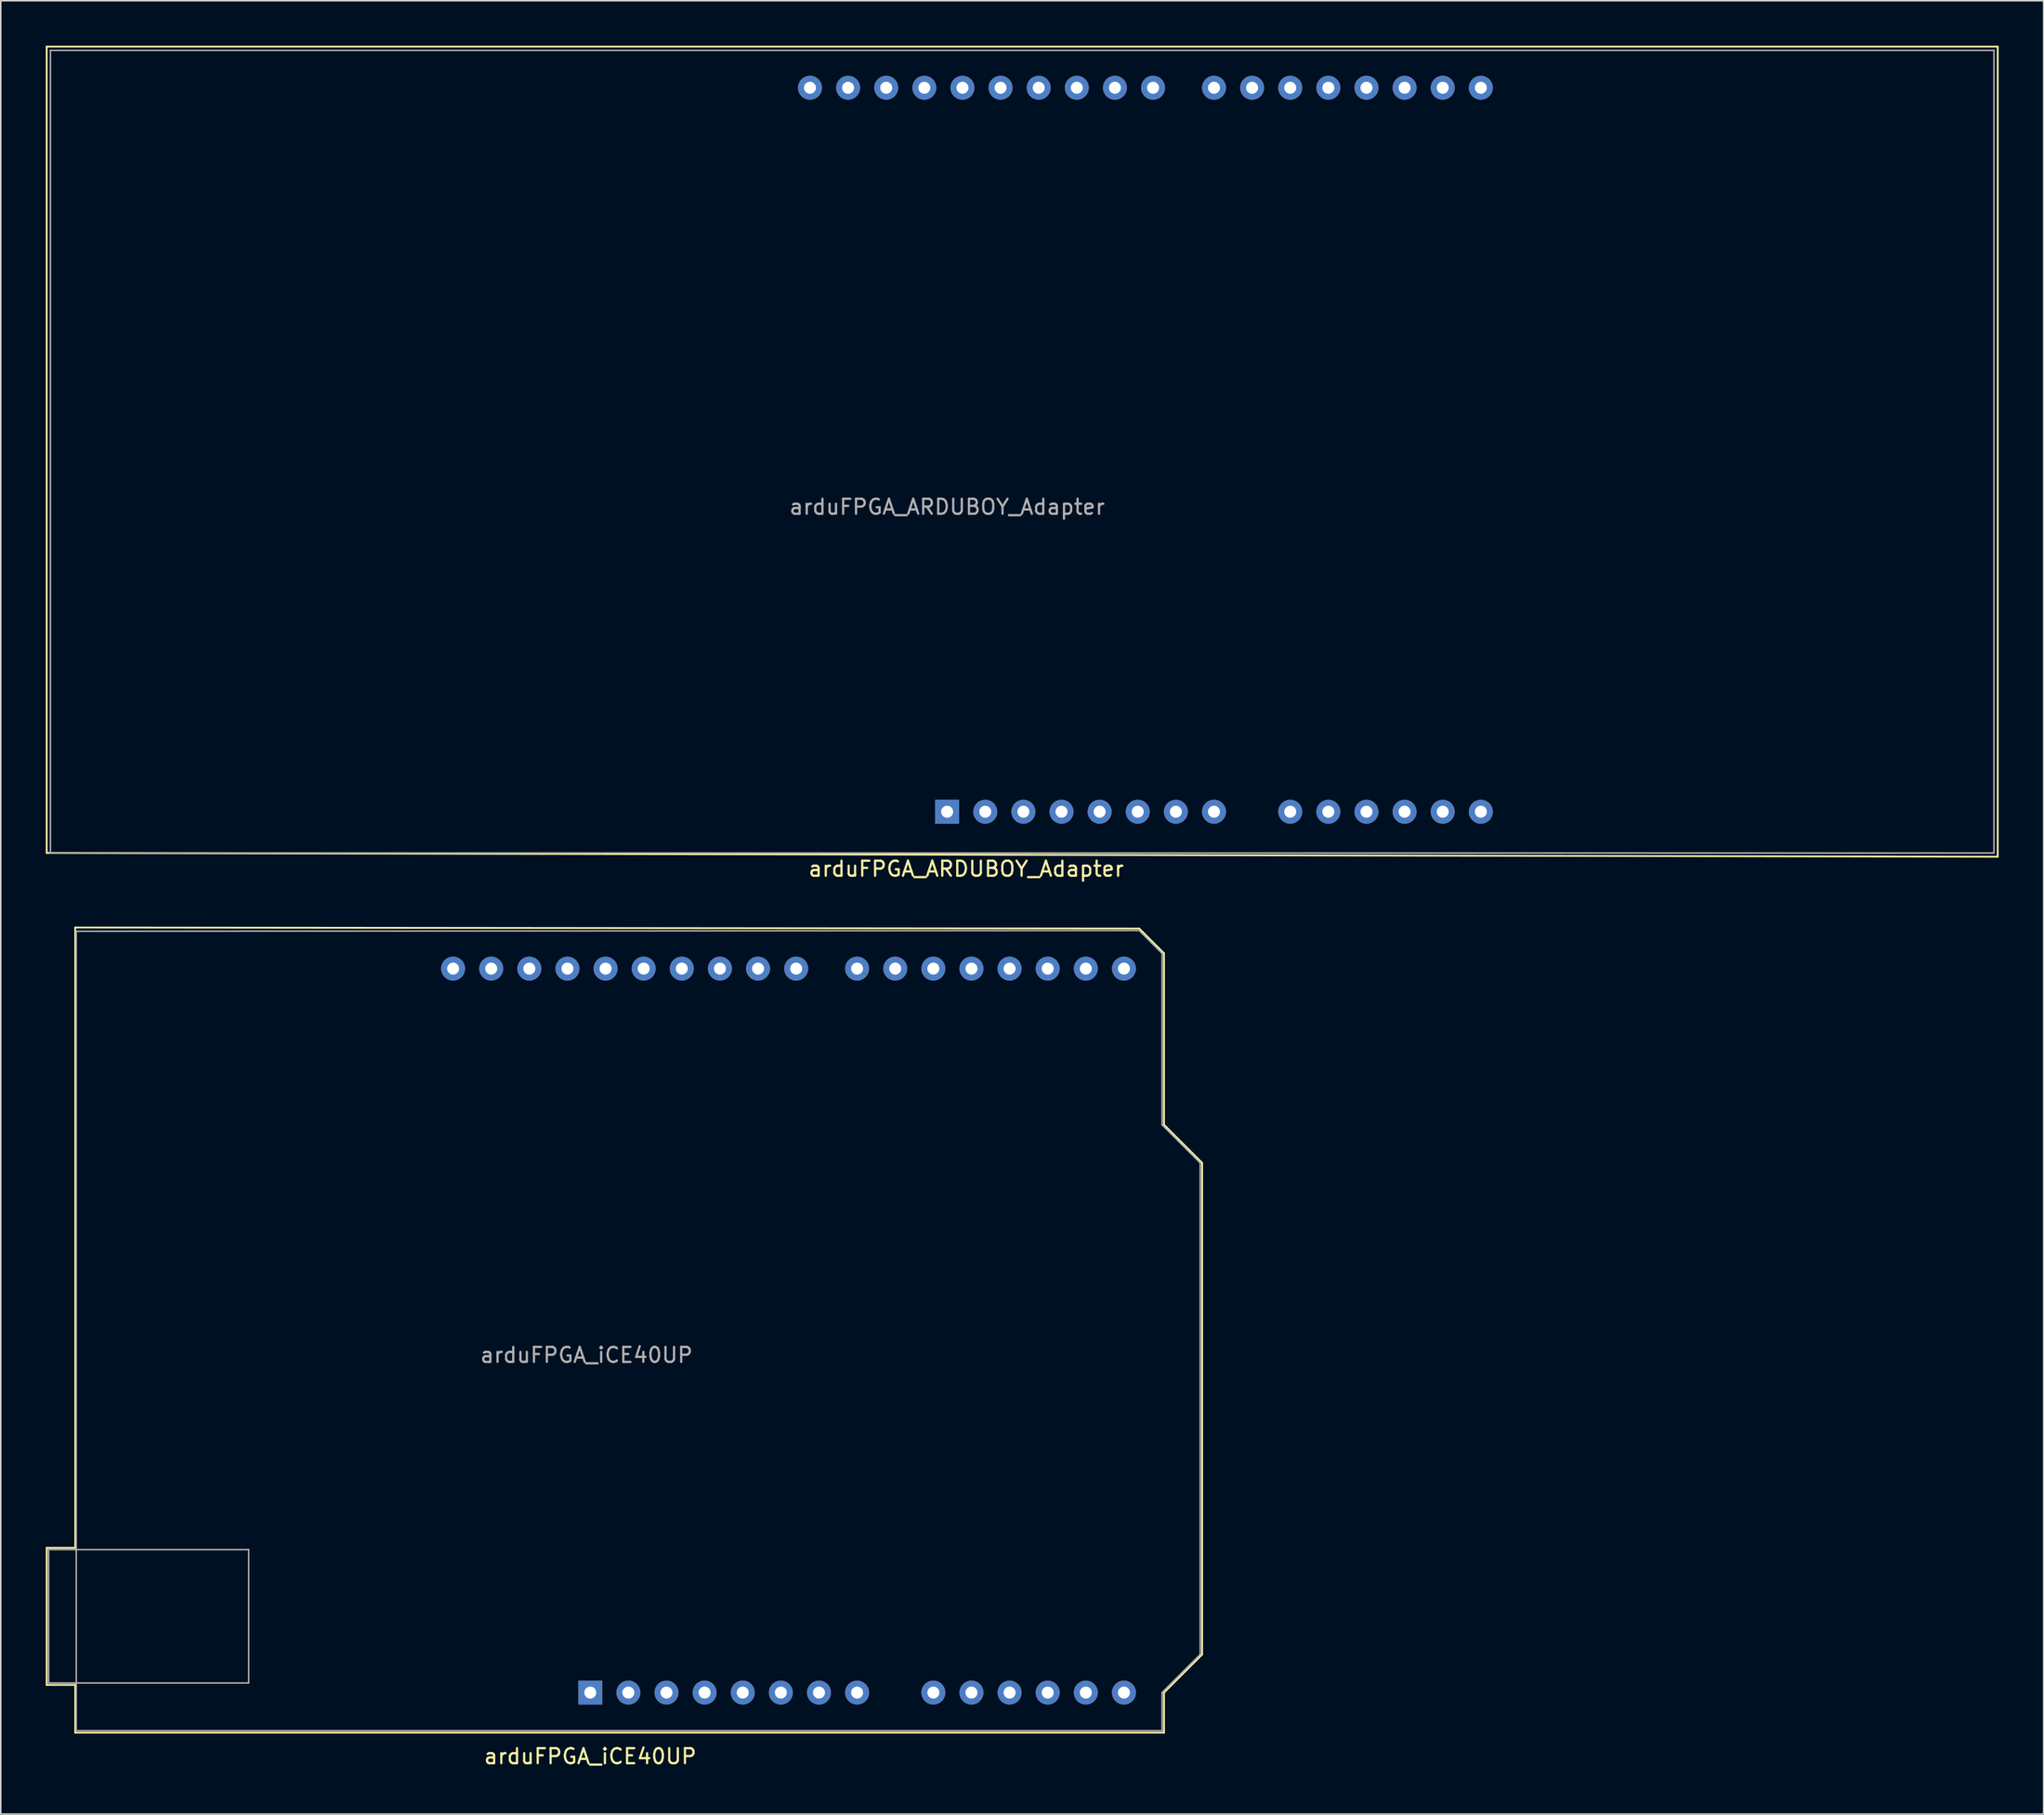
<source format=kicad_pcb>
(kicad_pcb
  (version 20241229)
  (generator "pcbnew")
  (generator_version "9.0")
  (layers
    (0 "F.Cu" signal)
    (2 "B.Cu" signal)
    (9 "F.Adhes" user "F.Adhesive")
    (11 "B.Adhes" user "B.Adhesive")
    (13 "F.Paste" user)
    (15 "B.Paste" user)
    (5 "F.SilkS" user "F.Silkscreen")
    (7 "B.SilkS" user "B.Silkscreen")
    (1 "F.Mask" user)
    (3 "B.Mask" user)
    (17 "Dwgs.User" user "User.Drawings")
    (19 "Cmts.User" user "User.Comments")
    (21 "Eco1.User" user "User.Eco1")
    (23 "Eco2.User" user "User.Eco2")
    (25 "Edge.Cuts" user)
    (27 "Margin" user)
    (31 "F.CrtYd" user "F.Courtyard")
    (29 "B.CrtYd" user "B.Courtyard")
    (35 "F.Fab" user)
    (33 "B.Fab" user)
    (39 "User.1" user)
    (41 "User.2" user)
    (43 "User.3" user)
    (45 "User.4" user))
  (footprint "arduFPGA_ARDUBOY_Adapter"
    (layer "F.Cu")
    (at 65.06 28.06)
    (property "Reference" "arduFPGA_ARDUBOY_Adapter" (at -3.73 26.81 180) (layer "F.SilkS") (effects (font (size 1 1) (thickness 0.15))))
    (attr through_hole)
    (fp_line (start -65 -28) (end 65 -28) (stroke (width 0.12) (type solid)) (layer "F.SilkS"))
    (fp_line (start -65 25.75) (end -65 -28) (stroke (width 0.12) (type solid)) (layer "F.SilkS"))
    (fp_line (start 65 -28) (end 65 26) (stroke (width 0.12) (type solid)) (layer "F.SilkS"))
    (fp_line (start 65 26) (end -65 25.75) (stroke (width 0.12) (type solid)) (layer "F.SilkS"))
    (fp_line (start -64.75 -27.75) (end -64.75 25.75) (stroke (width 0.1) (type solid)) (layer "F.Fab"))
    (fp_line (start -64.75 25.75) (end 64.75 25.75) (stroke (width 0.1) (type solid)) (layer "F.Fab"))
    (fp_line (start 64.75 -27.75) (end -64.75 -27.75) (stroke (width 0.1) (type solid)) (layer "F.Fab"))
    (fp_line (start 64.75 25.75) (end 64.75 -27.75) (stroke (width 0.1) (type solid)) (layer "F.Fab"))
    (fp_text user "${REFERENCE}" (at -5 2.68 180) (layer "F.Fab") (effects (font (size 1 1) (thickness 0.15))))
    (pad "1" thru_hole rect (at -5 23 270) (size 1.6 1.6) (drill 0.8) (layers "*.Cu" "*.Mask"))
    (pad "2" thru_hole oval (at -2.46 23 270) (size 1.6 1.6) (drill 0.8) (layers "*.Cu" "*.Mask"))
    (pad "3" thru_hole oval (at 0.08 23 270) (size 1.6 1.6) (drill 0.8) (layers "*.Cu" "*.Mask"))
    (pad "4" thru_hole oval (at 2.62 23 270) (size 1.6 1.6) (drill 0.8) (layers "*.Cu" "*.Mask"))
    (pad "5" thru_hole oval (at 5.16 23 270) (size 1.6 1.6) (drill 0.8) (layers "*.Cu" "*.Mask"))
    (pad "6" thru_hole oval (at 7.7 23 270) (size 1.6 1.6) (drill 0.8) (layers "*.Cu" "*.Mask"))
    (pad "7" thru_hole oval (at 10.24 23 270) (size 1.6 1.6) (drill 0.8) (layers "*.Cu" "*.Mask"))
    (pad "8" thru_hole oval (at 12.78 23 270) (size 1.6 1.6) (drill 0.8) (layers "*.Cu" "*.Mask"))
    (pad "9" thru_hole oval (at 17.86 23 270) (size 1.6 1.6) (drill 0.8) (layers "*.Cu" "*.Mask"))
    (pad "10" thru_hole oval (at 20.4 23 270) (size 1.6 1.6) (drill 0.8) (layers "*.Cu" "*.Mask"))
    (pad "11" thru_hole oval (at 22.94 23 270) (size 1.6 1.6) (drill 0.8) (layers "*.Cu" "*.Mask"))
    (pad "12" thru_hole oval (at 25.48 23 270) (size 1.6 1.6) (drill 0.8) (layers "*.Cu" "*.Mask"))
    (pad "13" thru_hole oval (at 28.02 23 270) (size 1.6 1.6) (drill 0.8) (layers "*.Cu" "*.Mask"))
    (pad "14" thru_hole oval (at 30.56 23 270) (size 1.6 1.6) (drill 0.8) (layers "*.Cu" "*.Mask"))
    (pad "15" thru_hole oval (at 30.56 -25.26 270) (size 1.6 1.6) (drill 0.8) (layers "*.Cu" "*.Mask"))
    (pad "16" thru_hole oval (at 28.02 -25.26 270) (size 1.6 1.6) (drill 0.8) (layers "*.Cu" "*.Mask"))
    (pad "17" thru_hole oval (at 25.48 -25.26 270) (size 1.6 1.6) (drill 0.8) (layers "*.Cu" "*.Mask"))
    (pad "18" thru_hole oval (at 22.94 -25.26 270) (size 1.6 1.6) (drill 0.8) (layers "*.Cu" "*.Mask"))
    (pad "19" thru_hole oval (at 20.4 -25.26 270) (size 1.6 1.6) (drill 0.8) (layers "*.Cu" "*.Mask"))
    (pad "20" thru_hole oval (at 17.86 -25.26 270) (size 1.6 1.6) (drill 0.8) (layers "*.Cu" "*.Mask"))
    (pad "21" thru_hole oval (at 15.32 -25.26 270) (size 1.6 1.6) (drill 0.8) (layers "*.Cu" "*.Mask"))
    (pad "22" thru_hole oval (at 12.78 -25.26 270) (size 1.6 1.6) (drill 0.8) (layers "*.Cu" "*.Mask"))
    (pad "23" thru_hole oval (at 8.72 -25.26 270) (size 1.6 1.6) (drill 0.8) (layers "*.Cu" "*.Mask"))
    (pad "24" thru_hole oval (at 6.18 -25.26 270) (size 1.6 1.6) (drill 0.8) (layers "*.Cu" "*.Mask"))
    (pad "25" thru_hole oval (at 3.64 -25.26 270) (size 1.6 1.6) (drill 0.8) (layers "*.Cu" "*.Mask"))
    (pad "26" thru_hole oval (at 1.1 -25.26 270) (size 1.6 1.6) (drill 0.8) (layers "*.Cu" "*.Mask"))
    (pad "27" thru_hole oval (at -1.44 -25.26 270) (size 1.6 1.6) (drill 0.8) (layers "*.Cu" "*.Mask"))
    (pad "28" thru_hole oval (at -3.98 -25.26 270) (size 1.6 1.6) (drill 0.8) (layers "*.Cu" "*.Mask"))
    (pad "29" thru_hole oval (at -6.52 -25.26 270) (size 1.6 1.6) (drill 0.8) (layers "*.Cu" "*.Mask"))
    (pad "30" thru_hole oval (at -9.06 -25.26 270) (size 1.6 1.6) (drill 0.8) (layers "*.Cu" "*.Mask"))
    (pad "31" thru_hole oval (at -11.6 -25.26 270) (size 1.6 1.6) (drill 0.8) (layers "*.Cu" "*.Mask"))
    (pad "32" thru_hole oval (at -14.14 -25.26 270) (size 1.6 1.6) (drill 0.8) (layers "*.Cu" "*.Mask")))
  (footprint "arduFPGA_iCE40UP"
    (layer "F.Cu")
    (at 36.28 85.278)
    (property "Reference" "arduFPGA_iCE40UP" (at 0 28.75 180) (layer "F.SilkS") (effects (font (size 1 1) (thickness 0.15))))
    (attr through_hole)
    (fp_line (start -36.22 14.85) (end -34.32 14.85) (stroke (width 0.12) (type solid)) (layer "F.SilkS"))
    (fp_line (start -36.22 23.99) (end -36.22 14.85) (stroke (width 0.12) (type solid)) (layer "F.SilkS"))
    (fp_line (start -34.32 -26.5) (end 36.58 -26.43) (stroke (width 0.12) (type solid)) (layer "F.SilkS"))
    (fp_line (start -34.32 14.85) (end -34.32 -26.5) (stroke (width 0.12) (type solid)) (layer "F.SilkS"))
    (fp_line (start -34.32 23.99) (end -36.22 23.99) (stroke (width 0.12) (type solid)) (layer "F.SilkS"))
    (fp_line (start -34.32 27.17) (end -34.32 23.99) (stroke (width 0.12) (type solid)) (layer "F.SilkS"))
    (fp_line (start 36.58 -26.43) (end 38.23 -24.78) (stroke (width 0.12) (type solid)) (layer "F.SilkS"))
    (fp_line (start 38.23 -24.78) (end 38.23 -13.35) (stroke (width 0.12) (type solid)) (layer "F.SilkS"))
    (fp_line (start 38.23 -13.35) (end 40.77 -10.81) (stroke (width 0.12) (type solid)) (layer "F.SilkS"))
    (fp_line (start 38.23 24.5) (end 38.23 27.17) (stroke (width 0.12) (type solid)) (layer "F.SilkS"))
    (fp_line (start 38.23 27.17) (end -34.32 27.17) (stroke (width 0.12) (type solid)) (layer "F.SilkS"))
    (fp_line (start 40.77 -10.81) (end 40.77 21.96) (stroke (width 0.12) (type solid)) (layer "F.SilkS"))
    (fp_line (start 40.77 21.96) (end 38.23 24.5) (stroke (width 0.12) (type solid)) (layer "F.SilkS"))
    (fp_line (start -36.09 14.97) (end -36.09 23.86) (stroke (width 0.1) (type solid)) (layer "F.Fab"))
    (fp_line (start -36.09 23.86) (end -22.76 23.86) (stroke (width 0.1) (type solid)) (layer "F.Fab"))
    (fp_line (start -34.25 -26.25) (end -34.25 27) (stroke (width 0.1) (type solid)) (layer "F.Fab"))
    (fp_line (start -34.25 27.04) (end 38.1 27.04) (stroke (width 0.1) (type solid)) (layer "F.Fab"))
    (fp_line (start -22.76 14.97) (end -36.09 14.97) (stroke (width 0.1) (type solid)) (layer "F.Fab"))
    (fp_line (start -22.76 23.86) (end -22.76 14.97) (stroke (width 0.1) (type solid)) (layer "F.Fab"))
    (fp_line (start 36.58 -26.3) (end -34.25 -26.25) (stroke (width 0.1) (type solid)) (layer "F.Fab"))
    (fp_line (start 38.1 -24.78) (end 36.58 -26.3) (stroke (width 0.1) (type solid)) (layer "F.Fab"))
    (fp_line (start 38.1 -13.35) (end 38.1 -24.78) (stroke (width 0.1) (type solid)) (layer "F.Fab"))
    (fp_line (start 38.1 24.5) (end 40.64 21.96) (stroke (width 0.1) (type solid)) (layer "F.Fab"))
    (fp_line (start 38.1 27.04) (end 38.1 24.5) (stroke (width 0.1) (type solid)) (layer "F.Fab"))
    (fp_line (start 40.64 -10.81) (end 38.1 -13.35) (stroke (width 0.1) (type solid)) (layer "F.Fab"))
    (fp_line (start 40.64 21.96) (end 40.64 -10.81) (stroke (width 0.1) (type solid)) (layer "F.Fab"))
    (fp_text user "${REFERENCE}" (at -0.25 2 180) (layer "F.Fab") (effects (font (size 1 1) (thickness 0.15))))
    (pad "1" thru_hole rect (at 0 24.5 270) (size 1.6 1.6) (drill 0.8) (layers "*.Cu" "*.Mask"))
    (pad "2" thru_hole oval (at 2.54 24.5 270) (size 1.6 1.6) (drill 0.8) (layers "*.Cu" "*.Mask"))
    (pad "3" thru_hole oval (at 5.08 24.5 270) (size 1.6 1.6) (drill 0.8) (layers "*.Cu" "*.Mask"))
    (pad "4" thru_hole oval (at 7.62 24.5 270) (size 1.6 1.6) (drill 0.8) (layers "*.Cu" "*.Mask"))
    (pad "5" thru_hole oval (at 10.16 24.5 270) (size 1.6 1.6) (drill 0.8) (layers "*.Cu" "*.Mask"))
    (pad "6" thru_hole oval (at 12.7 24.5 270) (size 1.6 1.6) (drill 0.8) (layers "*.Cu" "*.Mask"))
    (pad "7" thru_hole oval (at 15.24 24.5 270) (size 1.6 1.6) (drill 0.8) (layers "*.Cu" "*.Mask"))
    (pad "8" thru_hole oval (at 17.78 24.5 270) (size 1.6 1.6) (drill 0.8) (layers "*.Cu" "*.Mask"))
    (pad "9" thru_hole oval (at 22.86 24.5 270) (size 1.6 1.6) (drill 0.8) (layers "*.Cu" "*.Mask"))
    (pad "10" thru_hole oval (at 25.4 24.5 270) (size 1.6 1.6) (drill 0.8) (layers "*.Cu" "*.Mask"))
    (pad "11" thru_hole oval (at 27.94 24.5 270) (size 1.6 1.6) (drill 0.8) (layers "*.Cu" "*.Mask"))
    (pad "12" thru_hole oval (at 30.48 24.5 270) (size 1.6 1.6) (drill 0.8) (layers "*.Cu" "*.Mask"))
    (pad "13" thru_hole oval (at 33.02 24.5 270) (size 1.6 1.6) (drill 0.8) (layers "*.Cu" "*.Mask"))
    (pad "14" thru_hole oval (at 35.56 24.5 270) (size 1.6 1.6) (drill 0.8) (layers "*.Cu" "*.Mask"))
    (pad "15" thru_hole oval (at 35.56 -23.76 270) (size 1.6 1.6) (drill 0.8) (layers "*.Cu" "*.Mask"))
    (pad "16" thru_hole oval (at 33.02 -23.76 270) (size 1.6 1.6) (drill 0.8) (layers "*.Cu" "*.Mask"))
    (pad "17" thru_hole oval (at 30.48 -23.76 270) (size 1.6 1.6) (drill 0.8) (layers "*.Cu" "*.Mask"))
    (pad "18" thru_hole oval (at 27.94 -23.76 270) (size 1.6 1.6) (drill 0.8) (layers "*.Cu" "*.Mask"))
    (pad "19" thru_hole oval (at 25.4 -23.76 270) (size 1.6 1.6) (drill 0.8) (layers "*.Cu" "*.Mask"))
    (pad "20" thru_hole oval (at 22.86 -23.76 270) (size 1.6 1.6) (drill 0.8) (layers "*.Cu" "*.Mask"))
    (pad "21" thru_hole oval (at 20.32 -23.76 270) (size 1.6 1.6) (drill 0.8) (layers "*.Cu" "*.Mask"))
    (pad "22" thru_hole oval (at 17.78 -23.76 270) (size 1.6 1.6) (drill 0.8) (layers "*.Cu" "*.Mask"))
    (pad "23" thru_hole oval (at 13.72 -23.76 270) (size 1.6 1.6) (drill 0.8) (layers "*.Cu" "*.Mask"))
    (pad "24" thru_hole oval (at 11.18 -23.76 270) (size 1.6 1.6) (drill 0.8) (layers "*.Cu" "*.Mask"))
    (pad "25" thru_hole oval (at 8.64 -23.76 270) (size 1.6 1.6) (drill 0.8) (layers "*.Cu" "*.Mask"))
    (pad "26" thru_hole oval (at 6.1 -23.76 270) (size 1.6 1.6) (drill 0.8) (layers "*.Cu" "*.Mask"))
    (pad "27" thru_hole oval (at 3.56 -23.76 270) (size 1.6 1.6) (drill 0.8) (layers "*.Cu" "*.Mask"))
    (pad "28" thru_hole oval (at 1.02 -23.76 270) (size 1.6 1.6) (drill 0.8) (layers "*.Cu" "*.Mask"))
    (pad "29" thru_hole oval (at -1.52 -23.76 270) (size 1.6 1.6) (drill 0.8) (layers "*.Cu" "*.Mask"))
    (pad "30" thru_hole oval (at -4.06 -23.76 270) (size 1.6 1.6) (drill 0.8) (layers "*.Cu" "*.Mask"))
    (pad "31" thru_hole oval (at -6.6 -23.76 270) (size 1.6 1.6) (drill 0.8) (layers "*.Cu" "*.Mask"))
    (pad "32" thru_hole oval (at -9.14 -23.76 270) (size 1.6 1.6) (drill 0.8) (layers "*.Cu" "*.Mask")))
  (gr_rect
    (start -3 -3)
    (end 133.12 117.876)
    (stroke (width 0.1) (type default))
    (fill no)
    (layer "Edge.Cuts")))
</source>
